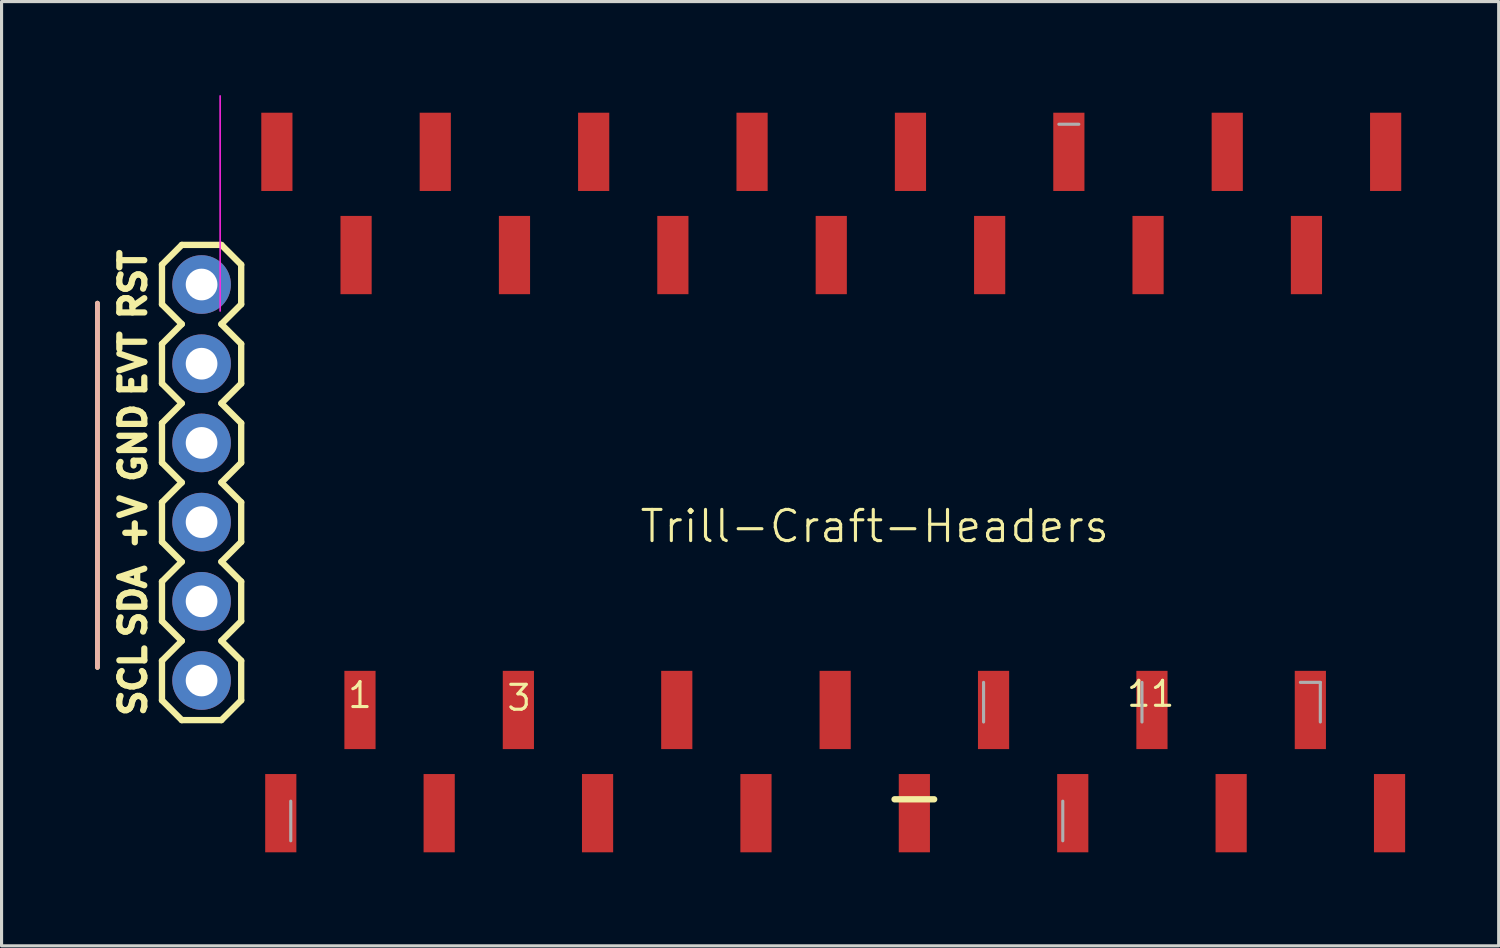
<source format=kicad_pcb>
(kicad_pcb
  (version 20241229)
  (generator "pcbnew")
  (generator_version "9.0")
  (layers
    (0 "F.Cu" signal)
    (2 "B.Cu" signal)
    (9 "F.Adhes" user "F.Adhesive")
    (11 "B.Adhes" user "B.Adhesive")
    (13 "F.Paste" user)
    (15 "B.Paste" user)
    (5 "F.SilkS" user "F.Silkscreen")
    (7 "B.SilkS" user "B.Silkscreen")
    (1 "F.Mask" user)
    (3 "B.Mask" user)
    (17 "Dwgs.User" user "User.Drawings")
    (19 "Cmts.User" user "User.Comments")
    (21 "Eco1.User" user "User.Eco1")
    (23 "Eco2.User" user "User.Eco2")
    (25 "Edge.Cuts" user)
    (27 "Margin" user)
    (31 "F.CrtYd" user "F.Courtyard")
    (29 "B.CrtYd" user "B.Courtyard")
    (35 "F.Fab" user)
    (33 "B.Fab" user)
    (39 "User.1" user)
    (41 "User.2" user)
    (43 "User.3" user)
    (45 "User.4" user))
  (footprint "Trill-Craft-Headers"
    (layer "F.Cu")
    (at 25.005 14.33)
    (property "Reference" "Trill-Craft-Headers" (at 0 -0.5 0) (unlocked yes) (layer "F.SilkS") (effects (font (size 1 1) (thickness 0.1))))
    (attr smd)
    (fp_line (start -24.93 -7.658) (end -24.93 4.026) (stroke (width 0.15) (type solid)) (layer "F.SilkS"))
    (fp_line (start -22.86 -7.62) (end -22.86 -8.89) (stroke (width 0.203) (type solid)) (layer "F.SilkS"))
    (fp_line (start -22.86 -6.35) (end -22.225 -6.985) (stroke (width 0.203) (type solid)) (layer "F.SilkS"))
    (fp_line (start -22.86 -5.08) (end -22.86 -6.35) (stroke (width 0.203) (type solid)) (layer "F.SilkS"))
    (fp_line (start -22.86 -3.81) (end -22.225 -4.445) (stroke (width 0.203) (type solid)) (layer "F.SilkS"))
    (fp_line (start -22.86 -2.54) (end -22.86 -3.81) (stroke (width 0.203) (type solid)) (layer "F.SilkS"))
    (fp_line (start -22.86 0) (end -22.86 -1.27) (stroke (width 0.203) (type solid)) (layer "F.SilkS"))
    (fp_line (start -22.86 1.27) (end -22.225 0.635) (stroke (width 0.203) (type solid)) (layer "F.SilkS"))
    (fp_line (start -22.86 2.54) (end -22.86 1.27) (stroke (width 0.203) (type solid)) (layer "F.SilkS"))
    (fp_line (start -22.86 3.81) (end -22.225 3.175) (stroke (width 0.203) (type solid)) (layer "F.SilkS"))
    (fp_line (start -22.86 5.08) (end -22.86 3.81) (stroke (width 0.203) (type solid)) (layer "F.SilkS"))
    (fp_line (start -22.225 -9.525) (end -22.86 -8.89) (stroke (width 0.203) (type solid)) (layer "F.SilkS"))
    (fp_line (start -22.225 -6.985) (end -22.86 -7.62) (stroke (width 0.203) (type solid)) (layer "F.SilkS"))
    (fp_line (start -22.225 -4.445) (end -22.86 -5.08) (stroke (width 0.203) (type solid)) (layer "F.SilkS"))
    (fp_line (start -22.225 -1.905) (end -22.86 -2.54) (stroke (width 0.203) (type solid)) (layer "F.SilkS"))
    (fp_line (start -22.225 -1.905) (end -22.86 -1.27) (stroke (width 0.203) (type solid)) (layer "F.SilkS"))
    (fp_line (start -22.225 0.635) (end -22.86 0) (stroke (width 0.203) (type solid)) (layer "F.SilkS"))
    (fp_line (start -22.225 3.175) (end -22.86 2.54) (stroke (width 0.203) (type solid)) (layer "F.SilkS"))
    (fp_line (start -22.225 5.715) (end -22.86 5.08) (stroke (width 0.203) (type solid)) (layer "F.SilkS"))
    (fp_line (start -20.955 -9.525) (end -22.225 -9.525) (stroke (width 0.203) (type solid)) (layer "F.SilkS"))
    (fp_line (start -20.955 -6.985) (end -20.32 -6.35) (stroke (width 0.203) (type solid)) (layer "F.SilkS"))
    (fp_line (start -20.955 -4.445) (end -20.32 -3.81) (stroke (width 0.203) (type solid)) (layer "F.SilkS"))
    (fp_line (start -20.955 0.635) (end -20.32 1.27) (stroke (width 0.203) (type solid)) (layer "F.SilkS"))
    (fp_line (start -20.955 3.175) (end -20.32 3.81) (stroke (width 0.203) (type solid)) (layer "F.SilkS"))
    (fp_line (start -20.955 5.715) (end -22.225 5.715) (stroke (width 0.203) (type solid)) (layer "F.SilkS"))
    (fp_line (start -20.32 -8.89) (end -20.955 -9.525) (stroke (width 0.203) (type solid)) (layer "F.SilkS"))
    (fp_line (start -20.32 -8.89) (end -20.32 -7.62) (stroke (width 0.203) (type solid)) (layer "F.SilkS"))
    (fp_line (start -20.32 -7.62) (end -20.955 -6.985) (stroke (width 0.203) (type solid)) (layer "F.SilkS"))
    (fp_line (start -20.32 -6.35) (end -20.32 -5.08) (stroke (width 0.203) (type solid)) (layer "F.SilkS"))
    (fp_line (start -20.32 -5.08) (end -20.955 -4.445) (stroke (width 0.203) (type solid)) (layer "F.SilkS"))
    (fp_line (start -20.32 -3.81) (end -20.32 -2.54) (stroke (width 0.203) (type solid)) (layer "F.SilkS"))
    (fp_line (start -20.32 -2.54) (end -20.955 -1.905) (stroke (width 0.203) (type solid)) (layer "F.SilkS"))
    (fp_line (start -20.32 -1.27) (end -20.955 -1.905) (stroke (width 0.203) (type solid)) (layer "F.SilkS"))
    (fp_line (start -20.32 -1.27) (end -20.32 0) (stroke (width 0.203) (type solid)) (layer "F.SilkS"))
    (fp_line (start -20.32 0) (end -20.955 0.635) (stroke (width 0.203) (type solid)) (layer "F.SilkS"))
    (fp_line (start -20.32 1.27) (end -20.32 2.54) (stroke (width 0.203) (type solid)) (layer "F.SilkS"))
    (fp_line (start -20.32 2.54) (end -20.955 3.175) (stroke (width 0.203) (type solid)) (layer "F.SilkS"))
    (fp_line (start -20.32 3.81) (end -20.32 5.08) (stroke (width 0.203) (type solid)) (layer "F.SilkS"))
    (fp_line (start -20.32 5.08) (end -20.955 5.715) (stroke (width 0.203) (type solid)) (layer "F.SilkS"))
    (fp_line (start 1.905 8.255) (end 0.635 8.255) (stroke (width 0.203) (type solid)) (layer "F.SilkS"))
    (fp_line (start -24.93 -7.658) (end -24.93 4.026) (stroke (width 0.15) (type solid)) (layer "B.SilkS"))
    (fp_line (start -20.995 -14.305) (end -20.995 -7.405) (stroke (width 0.05) (type solid)) (layer "F.CrtYd"))
    (fp_line (start -18.73 9.585) (end -18.73 8.315) (stroke (width 0.1) (type solid)) (layer "F.Fab"))
    (fp_line (start 3.49 5.775) (end 3.49 4.505) (stroke (width 0.1) (type solid)) (layer "F.Fab"))
    (fp_line (start 5.905 -13.395) (end 6.545 -13.395) (stroke (width 0.1) (type solid)) (layer "F.Fab"))
    (fp_line (start 6.03 8.315) (end 6.03 9.585) (stroke (width 0.1) (type solid)) (layer "F.Fab"))
    (fp_line (start 8.57 5.775) (end 8.57 4.505) (stroke (width 0.1) (type solid)) (layer "F.Fab"))
    (fp_line (start 13.65 4.505) (end 14.29 4.505) (stroke (width 0.1) (type solid)) (layer "F.Fab"))
    (fp_line (start 14.29 4.505) (end 14.29 5.775) (stroke (width 0.1) (type solid)) (layer "F.Fab"))
    (fp_text user "1" (at -16.51 4.915 0) (layer "F.SilkS") (effects (font (size 0.8 0.8) (thickness 0.1))))
    (fp_text user "11\n" (at 9.677 4.407 0) (layer "F.SilkS") (effects (font (size 0.8 0.8) (thickness 0.1)) (justify right top)))
    (fp_text user "SCL" (at -23.787 4.445 90) (layer "F.SilkS") (effects (font (size 0.8 0.8) (thickness 0.2))))
    (fp_text user "SDA" (at -23.787 1.905 90) (layer "F.SilkS") (effects (font (size 0.8 0.8) (thickness 0.2))))
    (fp_text user "RST" (at -23.787 -8.255 90) (layer "F.SilkS") (effects (font (size 0.8 0.8) (thickness 0.2))))
    (fp_text user "+V" (at -23.787 -0.635 90) (layer "F.SilkS") (effects (font (size 0.8 0.8) (thickness 0.2))))
    (fp_text user "GND" (at -23.787 -3.175 90) (layer "F.SilkS") (effects (font (size 0.8 0.8) (thickness 0.2))))
    (fp_text user "EVT" (at -23.787 -5.715 90) (layer "F.SilkS") (effects (font (size 0.8 0.8) (thickness 0.2))))
    (fp_text user "3" (at -10.96 4.534 0) (layer "F.SilkS") (effects (font (size 0.8 0.8) (thickness 0.1)) (justify right top)))
    (pad "1" smd rect (at -19.05 8.7 90) (size 2.51 1) (layers "F.Cu" "F.Mask" "F.Paste"))
    (pad "2" smd rect (at -16.51 5.39 90) (size 2.51 1) (layers "F.Cu" "F.Mask" "F.Paste"))
    (pad "3" smd rect (at -13.97 8.7 90) (size 2.51 1) (layers "F.Cu" "F.Mask" "F.Paste"))
    (pad "4" smd rect (at -11.43 5.39 90) (size 2.51 1) (layers "F.Cu" "F.Mask" "F.Paste"))
    (pad "5" smd rect (at -8.89 8.7 90) (size 2.51 1) (layers "F.Cu" "F.Mask" "F.Paste"))
    (pad "6" smd rect (at -6.35 5.39 90) (size 2.51 1) (layers "F.Cu" "F.Mask" "F.Paste"))
    (pad "7" smd rect (at -3.81 8.7 90) (size 2.51 1) (layers "F.Cu" "F.Mask" "F.Paste"))
    (pad "8" smd rect (at -1.27 5.39 90) (size 2.51 1) (layers "F.Cu" "F.Mask" "F.Paste"))
    (pad "9" smd rect (at 1.27 8.7 90) (size 2.51 1) (layers "F.Cu" "F.Mask" "F.Paste"))
    (pad "10" smd rect (at 3.81 5.39 90) (size 2.51 1) (layers "F.Cu" "F.Mask" "F.Paste"))
    (pad "11" smd rect (at 6.35 8.7 90) (size 2.51 1) (layers "F.Cu" "F.Mask" "F.Paste"))
    (pad "12" smd rect (at 8.89 5.39 90) (size 2.51 1) (layers "F.Cu" "F.Mask" "F.Paste"))
    (pad "13" smd rect (at 11.43 8.7 90) (size 2.51 1) (layers "F.Cu" "F.Mask" "F.Paste"))
    (pad "14" smd rect (at 13.97 5.39 90) (size 2.51 1) (layers "F.Cu" "F.Mask" "F.Paste"))
    (pad "15" smd rect (at 16.385 -12.51 90) (size 2.51 1) (layers "F.Cu" "F.Mask" "F.Paste"))
    (pad "15" smd rect (at 16.51 8.7 90) (size 2.51 1) (layers "F.Cu" "F.Mask" "F.Paste"))
    (pad "16" smd rect (at 13.845 -9.2 90) (size 2.51 1) (layers "F.Cu" "F.Mask" "F.Paste"))
    (pad "17" smd rect (at 11.305 -12.51 90) (size 2.51 1) (layers "F.Cu" "F.Mask" "F.Paste"))
    (pad "18" smd rect (at 8.765 -9.2 90) (size 2.51 1) (layers "F.Cu" "F.Mask" "F.Paste"))
    (pad "19" smd rect (at 6.225 -12.51 90) (size 2.51 1) (layers "F.Cu" "F.Mask" "F.Paste"))
    (pad "20" smd rect (at 3.685 -9.2 90) (size 2.51 1) (layers "F.Cu" "F.Mask" "F.Paste"))
    (pad "21" smd rect (at 1.145 -12.51 90) (size 2.51 1) (layers "F.Cu" "F.Mask" "F.Paste"))
    (pad "22" smd rect (at -1.395 -9.2 90) (size 2.51 1) (layers "F.Cu" "F.Mask" "F.Paste"))
    (pad "23" smd rect (at -3.935 -12.51 90) (size 2.51 1) (layers "F.Cu" "F.Mask" "F.Paste"))
    (pad "24" smd rect (at -6.475 -9.2 90) (size 2.51 1) (layers "F.Cu" "F.Mask" "F.Paste"))
    (pad "25" smd rect (at -9.015 -12.51 90) (size 2.51 1) (layers "F.Cu" "F.Mask" "F.Paste"))
    (pad "26" smd rect (at -11.555 -9.2 90) (size 2.51 1) (layers "F.Cu" "F.Mask" "F.Paste"))
    (pad "27" smd rect (at -14.095 -12.51 90) (size 2.51 1) (layers "F.Cu" "F.Mask" "F.Paste"))
    (pad "28" smd rect (at -16.635 -9.2 90) (size 2.51 1) (layers "F.Cu" "F.Mask" "F.Paste"))
    (pad "29" smd rect (at -19.175 -12.51 90) (size 2.51 1) (layers "F.Cu" "F.Mask" "F.Paste"))
    (pad "30" thru_hole circle (at -21.59 -8.255) (size 1.88 1.88) (drill 1.016) (layers "*.Cu" "*.Mask"))
    (pad "31" thru_hole circle (at -21.59 -5.715) (size 1.88 1.88) (drill 1.016) (layers "*.Cu" "*.Mask"))
    (pad "32" thru_hole circle (at -21.59 -3.175) (size 1.88 1.88) (drill 1.016) (layers "*.Cu" "*.Mask"))
    (pad "33" thru_hole circle (at -21.59 -0.635) (size 1.88 1.88) (drill 1.016) (layers "*.Cu" "*.Mask"))
    (pad "34" thru_hole circle (at -21.59 1.905) (size 1.88 1.88) (drill 1.016) (layers "*.Cu" "*.Mask"))
    (pad "35" thru_hole circle (at -21.59 4.445) (size 1.88 1.88) (drill 1.016) (layers "*.Cu" "*.Mask")))
  (gr_rect
    (start -3 -3)
    (end 45.015 27.285)
    (stroke (width 0.1) (type default))
    (fill no)
    (layer "Edge.Cuts")))
</source>
